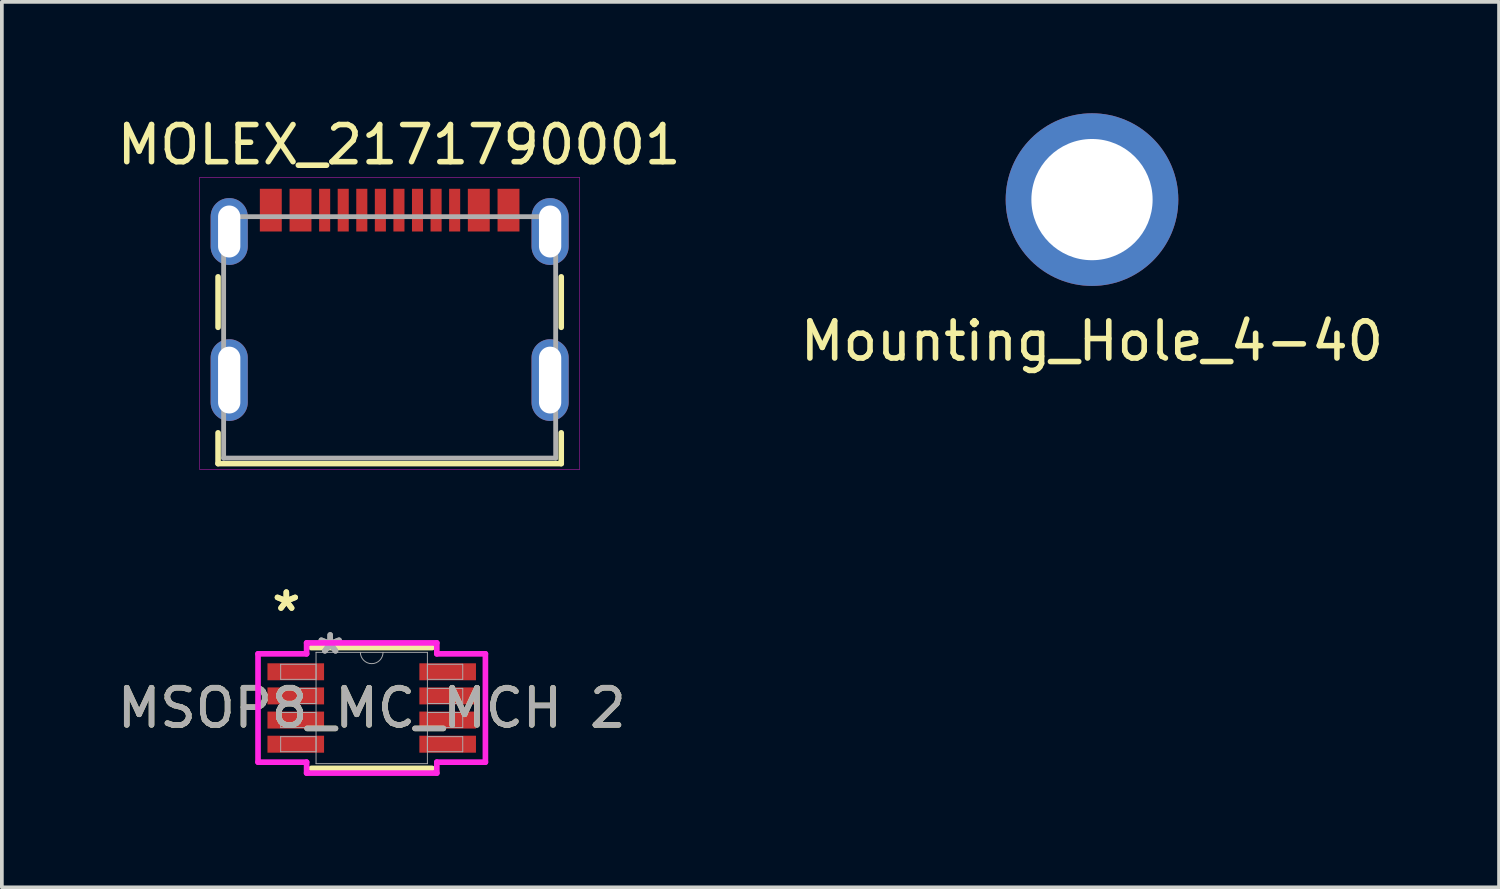
<source format=kicad_pcb>
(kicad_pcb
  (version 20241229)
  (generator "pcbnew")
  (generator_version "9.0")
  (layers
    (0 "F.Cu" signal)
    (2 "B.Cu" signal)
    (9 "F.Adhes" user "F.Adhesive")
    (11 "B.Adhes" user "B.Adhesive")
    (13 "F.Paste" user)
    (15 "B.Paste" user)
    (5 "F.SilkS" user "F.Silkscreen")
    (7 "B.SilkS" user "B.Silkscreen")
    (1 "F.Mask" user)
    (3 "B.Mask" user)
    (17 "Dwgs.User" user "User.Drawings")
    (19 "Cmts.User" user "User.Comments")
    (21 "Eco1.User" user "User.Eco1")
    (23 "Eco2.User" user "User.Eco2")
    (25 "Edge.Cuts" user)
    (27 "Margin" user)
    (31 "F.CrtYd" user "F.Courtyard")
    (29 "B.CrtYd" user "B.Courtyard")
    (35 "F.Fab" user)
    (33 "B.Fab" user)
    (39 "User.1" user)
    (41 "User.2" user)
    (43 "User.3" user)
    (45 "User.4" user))
  (footprint "MSOP8_MC_MCH 2"
    (layer "F.Cu")
    (at 6.958 16.012)
    (property "Reference" "MSOP8_MC_MCH 2" (at 0 0 0) (unlocked yes) (layer "F.SilkS") (effects (font (size 1 1) (thickness 0.15))))
    (attr smd)
    (fp_line (start -1.626 1.626) (end 1.626 1.626) (stroke (width 0.152) (type solid)) (layer "F.SilkS"))
    (fp_line (start 1.626 -1.626) (end -1.626 -1.626) (stroke (width 0.152) (type solid)) (layer "F.SilkS"))
    (fp_line (start -3.061 -1.458) (end -1.753 -1.458) (stroke (width 0.152) (type solid)) (layer "F.CrtYd"))
    (fp_line (start -3.061 1.458) (end -3.061 -1.458) (stroke (width 0.152) (type solid)) (layer "F.CrtYd"))
    (fp_line (start -3.061 1.458) (end -1.753 1.458) (stroke (width 0.152) (type solid)) (layer "F.CrtYd"))
    (fp_line (start -1.753 -1.753) (end 1.753 -1.753) (stroke (width 0.152) (type solid)) (layer "F.CrtYd"))
    (fp_line (start -1.753 -1.458) (end -1.753 -1.753) (stroke (width 0.152) (type solid)) (layer "F.CrtYd"))
    (fp_line (start -1.753 1.753) (end -1.753 1.458) (stroke (width 0.152) (type solid)) (layer "F.CrtYd"))
    (fp_line (start 1.753 -1.753) (end 1.753 -1.458) (stroke (width 0.152) (type solid)) (layer "F.CrtYd"))
    (fp_line (start 1.753 1.458) (end 1.753 1.753) (stroke (width 0.152) (type solid)) (layer "F.CrtYd"))
    (fp_line (start 1.753 1.753) (end -1.753 1.753) (stroke (width 0.152) (type solid)) (layer "F.CrtYd"))
    (fp_line (start 3.061 -1.458) (end 1.753 -1.458) (stroke (width 0.152) (type solid)) (layer "F.CrtYd"))
    (fp_line (start 3.061 -1.458) (end 3.061 1.458) (stroke (width 0.152) (type solid)) (layer "F.CrtYd"))
    (fp_line (start 3.061 1.458) (end 1.753 1.458) (stroke (width 0.152) (type solid)) (layer "F.CrtYd"))
    (fp_line (start -2.451 -1.178) (end -2.451 -0.772) (stroke (width 0.025) (type solid)) (layer "F.Fab"))
    (fp_line (start -2.451 -0.772) (end -1.499 -0.772) (stroke (width 0.025) (type solid)) (layer "F.Fab"))
    (fp_line (start -2.451 -0.528) (end -2.451 -0.122) (stroke (width 0.025) (type solid)) (layer "F.Fab"))
    (fp_line (start -2.451 -0.122) (end -1.499 -0.122) (stroke (width 0.025) (type solid)) (layer "F.Fab"))
    (fp_line (start -2.451 0.122) (end -2.451 0.528) (stroke (width 0.025) (type solid)) (layer "F.Fab"))
    (fp_line (start -2.451 0.528) (end -1.499 0.528) (stroke (width 0.025) (type solid)) (layer "F.Fab"))
    (fp_line (start -2.451 0.772) (end -2.451 1.178) (stroke (width 0.025) (type solid)) (layer "F.Fab"))
    (fp_line (start -2.451 1.178) (end -1.499 1.178) (stroke (width 0.025) (type solid)) (layer "F.Fab"))
    (fp_line (start -1.499 -1.499) (end -1.499 1.499) (stroke (width 0.025) (type solid)) (layer "F.Fab"))
    (fp_line (start -1.499 -1.178) (end -2.451 -1.178) (stroke (width 0.025) (type solid)) (layer "F.Fab"))
    (fp_line (start -1.499 -0.772) (end -1.499 -1.178) (stroke (width 0.025) (type solid)) (layer "F.Fab"))
    (fp_line (start -1.499 -0.528) (end -2.451 -0.528) (stroke (width 0.025) (type solid)) (layer "F.Fab"))
    (fp_line (start -1.499 -0.122) (end -1.499 -0.528) (stroke (width 0.025) (type solid)) (layer "F.Fab"))
    (fp_line (start -1.499 0.122) (end -2.451 0.122) (stroke (width 0.025) (type solid)) (layer "F.Fab"))
    (fp_line (start -1.499 0.528) (end -1.499 0.122) (stroke (width 0.025) (type solid)) (layer "F.Fab"))
    (fp_line (start -1.499 0.772) (end -2.451 0.772) (stroke (width 0.025) (type solid)) (layer "F.Fab"))
    (fp_line (start -1.499 1.178) (end -1.499 0.772) (stroke (width 0.025) (type solid)) (layer "F.Fab"))
    (fp_line (start -1.499 1.499) (end 1.499 1.499) (stroke (width 0.025) (type solid)) (layer "F.Fab"))
    (fp_line (start 1.499 -1.499) (end -1.499 -1.499) (stroke (width 0.025) (type solid)) (layer "F.Fab"))
    (fp_line (start 1.499 -1.178) (end 1.499 -0.772) (stroke (width 0.025) (type solid)) (layer "F.Fab"))
    (fp_line (start 1.499 -0.772) (end 2.451 -0.772) (stroke (width 0.025) (type solid)) (layer "F.Fab"))
    (fp_line (start 1.499 -0.528) (end 1.499 -0.122) (stroke (width 0.025) (type solid)) (layer "F.Fab"))
    (fp_line (start 1.499 -0.122) (end 2.451 -0.122) (stroke (width 0.025) (type solid)) (layer "F.Fab"))
    (fp_line (start 1.499 0.122) (end 1.499 0.528) (stroke (width 0.025) (type solid)) (layer "F.Fab"))
    (fp_line (start 1.499 0.528) (end 2.451 0.528) (stroke (width 0.025) (type solid)) (layer "F.Fab"))
    (fp_line (start 1.499 0.772) (end 1.499 1.178) (stroke (width 0.025) (type solid)) (layer "F.Fab"))
    (fp_line (start 1.499 1.178) (end 2.451 1.178) (stroke (width 0.025) (type solid)) (layer "F.Fab"))
    (fp_line (start 1.499 1.499) (end 1.499 -1.499) (stroke (width 0.025) (type solid)) (layer "F.Fab"))
    (fp_line (start 2.451 -1.178) (end 1.499 -1.178) (stroke (width 0.025) (type solid)) (layer "F.Fab"))
    (fp_line (start 2.451 -0.772) (end 2.451 -1.178) (stroke (width 0.025) (type solid)) (layer "F.Fab"))
    (fp_line (start 2.451 -0.528) (end 1.499 -0.528) (stroke (width 0.025) (type solid)) (layer "F.Fab"))
    (fp_line (start 2.451 -0.122) (end 2.451 -0.528) (stroke (width 0.025) (type solid)) (layer "F.Fab"))
    (fp_line (start 2.451 0.122) (end 1.499 0.122) (stroke (width 0.025) (type solid)) (layer "F.Fab"))
    (fp_line (start 2.451 0.528) (end 2.451 0.122) (stroke (width 0.025) (type solid)) (layer "F.Fab"))
    (fp_line (start 2.451 0.772) (end 1.499 0.772) (stroke (width 0.025) (type solid)) (layer "F.Fab"))
    (fp_line (start 2.451 1.178) (end 2.451 0.772) (stroke (width 0.025) (type solid)) (layer "F.Fab"))
    (fp_arc (start 0.3048 -1.4986) (mid 0 -1.1938) (end -0.3048 -1.4986) (stroke (width 0.0254) (type solid)) (layer "F.Fab"))
    (fp_text user "*" (at -2.299 -2.575 0) (unlocked yes) (layer "F.SilkS") (effects (font (size 1 1) (thickness 0.15))))
    (fp_text user "*" (at -2.299 -2.575 0) (layer "F.SilkS") (effects (font (size 1 1) (thickness 0.15))))
    (fp_text user "*" (at -1.118 -1.422 0) (unlocked yes) (layer "F.Fab") (effects (font (size 1 1) (thickness 0.15))))
    (fp_text user "${REFERENCE}" (at 0 0 0) (unlocked yes) (layer "F.Fab") (effects (font (size 1 1) (thickness 0.15))))
    (fp_text user "*" (at -1.118 -1.422 0) (layer "F.Fab") (effects (font (size 1 1) (thickness 0.15))))
    (pad "1" smd rect (at -2.045 -0.975) (size 1.524 0.457) (layers "F.Cu" "F.Mask" "F.Paste"))
    (pad "2" smd rect (at -2.045 -0.325) (size 1.524 0.457) (layers "F.Cu" "F.Mask" "F.Paste"))
    (pad "3" smd rect (at -2.045 0.325) (size 1.524 0.457) (layers "F.Cu" "F.Mask" "F.Paste"))
    (pad "4" smd rect (at -2.045 0.975) (size 1.524 0.457) (layers "F.Cu" "F.Mask" "F.Paste"))
    (pad "5" smd rect (at 2.045 0.975) (size 1.524 0.457) (layers "F.Cu" "F.Mask" "F.Paste"))
    (pad "6" smd rect (at 2.045 0.325) (size 1.524 0.457) (layers "F.Cu" "F.Mask" "F.Paste"))
    (pad "7" smd rect (at 2.045 -0.325) (size 1.524 0.457) (layers "F.Cu" "F.Mask" "F.Paste"))
    (pad "8" smd rect (at 2.045 -0.975) (size 1.524 0.457) (layers "F.Cu" "F.Mask" "F.Paste")))
  (footprint "MOLEX_2171790001"
    (layer "F.Cu")
    (at 7.441 6.033)
    (property "Reference" "MOLEX_2171790001" (at 0.255 -5.185 0) (layer "F.SilkS") (effects (font (size 1 1) (thickness 0.15))))
    (attr smd)
    (fp_poly (pts (xy -3.558 -4.064) (xy -2.841 -4.064) (xy -2.841 -2.787) (xy -3.558 -2.787)) (stroke (width 0.01) (type solid)) (fill yes) (layer "F.Mask"))
    (fp_poly (pts (xy -2.759 -4.064) (xy -2.042 -4.064) (xy -2.042 -2.787) (xy -2.759 -2.787)) (stroke (width 0.01) (type solid)) (fill yes) (layer "F.Mask"))
    (fp_poly (pts (xy -1.962 -4.064) (xy -1.538 -4.064) (xy -1.538 -2.787) (xy -1.962 -2.787)) (stroke (width 0.01) (type solid)) (fill yes) (layer "F.Mask"))
    (fp_poly (pts (xy -1.462 -4.064) (xy -1.038 -4.064) (xy -1.038 -2.787) (xy -1.462 -2.787)) (stroke (width 0.01) (type solid)) (fill yes) (layer "F.Mask"))
    (fp_poly (pts (xy -0.963 -4.064) (xy -0.537 -4.064) (xy -0.537 -2.787) (xy -0.963 -2.787)) (stroke (width 0.01) (type solid)) (fill yes) (layer "F.Mask"))
    (fp_poly (pts (xy -0.463 -4.064) (xy -0.037 -4.064) (xy -0.037 -2.787) (xy -0.463 -2.787)) (stroke (width 0.01) (type solid)) (fill yes) (layer "F.Mask"))
    (fp_poly (pts (xy 0.037 -4.064) (xy 0.463 -4.064) (xy 0.463 -2.787) (xy 0.037 -2.787)) (stroke (width 0.01) (type solid)) (fill yes) (layer "F.Mask"))
    (fp_poly (pts (xy 0.537 -4.064) (xy 0.963 -4.064) (xy 0.963 -2.787) (xy 0.537 -2.787)) (stroke (width 0.01) (type solid)) (fill yes) (layer "F.Mask"))
    (fp_poly (pts (xy 1.038 -4.064) (xy 1.462 -4.064) (xy 1.462 -2.787) (xy 1.038 -2.787)) (stroke (width 0.01) (type solid)) (fill yes) (layer "F.Mask"))
    (fp_poly (pts (xy 1.538 -4.064) (xy 1.962 -4.064) (xy 1.962 -2.787) (xy 1.538 -2.787)) (stroke (width 0.01) (type solid)) (fill yes) (layer "F.Mask"))
    (fp_poly (pts (xy 2.042 -4.064) (xy 2.759 -4.064) (xy 2.759 -2.787) (xy 2.042 -2.787)) (stroke (width 0.01) (type solid)) (fill yes) (layer "F.Mask"))
    (fp_poly (pts (xy 2.841 -4.064) (xy 3.558 -4.064) (xy 3.558 -2.787) (xy 2.841 -2.787)) (stroke (width 0.01) (type solid)) (fill yes) (layer "F.Mask"))
    (fp_line (start -4.62 -0.27) (end -4.62 -1.63) (stroke (width 0.15) (type solid)) (layer "F.SilkS"))
    (fp_line (start -4.62 3.4) (end -4.62 2.57) (stroke (width 0.15) (type solid)) (layer "F.SilkS"))
    (fp_line (start 4.62 -1.63) (end 4.62 -0.27) (stroke (width 0.15) (type solid)) (layer "F.SilkS"))
    (fp_line (start 4.62 2.57) (end 4.62 3.4) (stroke (width 0.15) (type solid)) (layer "F.SilkS"))
    (fp_line (start 4.62 3.4) (end -4.62 3.4) (stroke (width 0.15) (type solid)) (layer "F.SilkS"))
    (fp_line (start -5.12 -4.3) (end 5.12 -4.3) (stroke (width 0.01) (type solid)) (layer "F.CrtYd"))
    (fp_line (start -5.12 3.55) (end -5.12 -4.3) (stroke (width 0.01) (type solid)) (layer "F.CrtYd"))
    (fp_line (start 5.12 -4.3) (end 5.12 3.55) (stroke (width 0.01) (type solid)) (layer "F.CrtYd"))
    (fp_line (start 5.12 3.55) (end -5.12 3.55) (stroke (width 0.01) (type solid)) (layer "F.CrtYd"))
    (fp_line (start -4.47 -3.25) (end 4.47 -3.25) (stroke (width 0.13) (type solid)) (layer "F.Fab"))
    (fp_line (start -4.47 3.25) (end -4.47 -3.25) (stroke (width 0.13) (type solid)) (layer "F.Fab"))
    (fp_line (start 4.47 -3.25) (end 4.47 3.25) (stroke (width 0.13) (type solid)) (layer "F.Fab"))
    (fp_line (start 4.47 3.25) (end -4.47 3.25) (stroke (width 0.13) (type solid)) (layer "F.Fab"))
    (pad "A1B12" smd rect (at -3.2 -3.425) (size 0.59 1.15) (layers "F.Cu" "F.Paste"))
    (pad "A4B9" smd rect (at -2.4 -3.425) (size 0.59 1.15) (layers "F.Cu" "F.Paste"))
    (pad "A5" smd rect (at -1.25 -3.425) (size 0.298 1.15) (layers "F.Cu" "F.Paste"))
    (pad "A6" smd rect (at -0.25 -3.425) (size 0.298 1.15) (layers "F.Cu" "F.Paste"))
    (pad "A7" smd rect (at 0.25 -3.425) (size 0.298 1.15) (layers "F.Cu" "F.Paste"))
    (pad "A8" smd rect (at 1.25 -3.425) (size 0.298 1.15) (layers "F.Cu" "F.Paste"))
    (pad "B1A12" smd rect (at 3.2 -3.425) (size 0.59 1.15) (layers "F.Cu" "F.Paste"))
    (pad "B4A9" smd rect (at 2.4 -3.425) (size 0.59 1.15) (layers "F.Cu" "F.Paste"))
    (pad "B5" smd rect (at 1.75 -3.425) (size 0.298 1.15) (layers "F.Cu" "F.Paste"))
    (pad "B6" smd rect (at 0.75 -3.425) (size 0.298 1.15) (layers "F.Cu" "F.Paste"))
    (pad "B7" smd rect (at -0.75 -3.425) (size 0.298 1.15) (layers "F.Cu" "F.Paste"))
    (pad "B8" smd rect (at -1.75 -3.425) (size 0.298 1.15) (layers "F.Cu" "F.Paste"))
    (pad "SH1" thru_hole oval (at -4.32 1.15) (size 1 2.2) (drill oval 0.6 1.8) (layers "*.Cu" "*.Mask"))
    (pad "SH2" thru_hole oval (at 4.32 1.15) (size 1 2.2) (drill oval 0.6 1.8) (layers "*.Cu" "*.Mask"))
    (pad "SH3" thru_hole oval (at -4.32 -2.85) (size 1 1.8) (drill oval 0.6 1.4) (layers "*.Cu" "*.Mask"))
    (pad "SH4" thru_hole oval (at 4.32 -2.85) (size 1 1.8) (drill oval 0.6 1.4) (layers "*.Cu" "*.Mask")))
  (footprint "Mounting_Hole_4-40"
    (layer "F.Cu")
    (at 26.351 2.324)
    (property "Reference" "Mounting_Hole_4-40" (at 0 3.81 0) (layer "F.SilkS") (effects (font (size 1 1) (thickness 0.15))))
    (attr through_hole)
    (pad "1" thru_hole circle (at 0 0) (size 4.648 4.648) (drill 3.264) (layers "*.Cu" "*.Mask")))
  (gr_rect
    (start -3 -3)
    (end 37.31 20.84)
    (stroke (width 0.1) (type default))
    (fill no)
    (layer "Edge.Cuts")))
</source>
